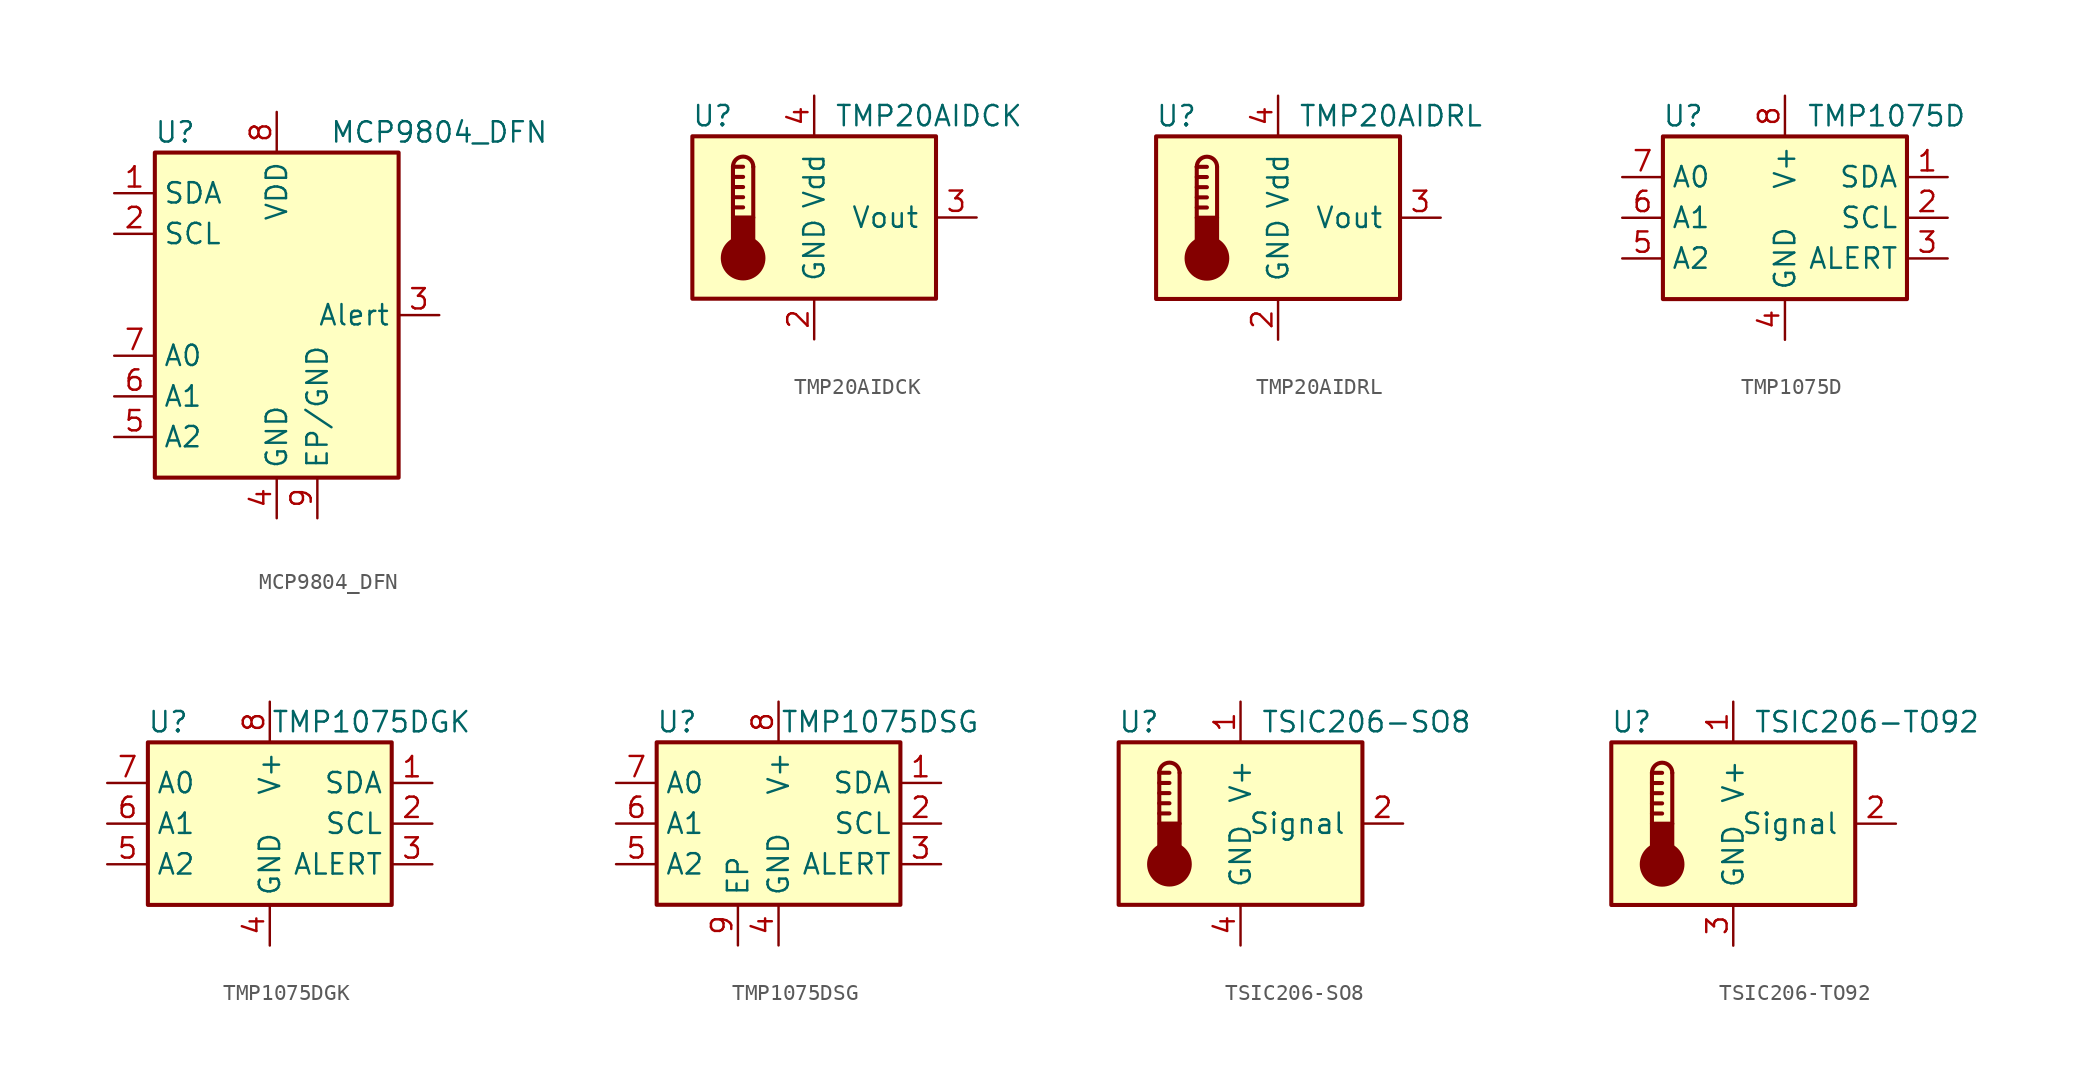
<source format=kicad_sym>
(kicad_symbol_lib
  (version 20201005)
  (generator kicad_symbol_editor)
  (symbol "MCP9804_DFN"
    (property "Reference" "U"
      (at -6.35 11.43 0)
      (effects (font (size 1.27 1.27))))
    (property "Value" "MCP9804_DFN"
      (at 10.16 11.43 0)
      (effects (font (size 1.27 1.27))))
    (symbol "MCP9804_DFN_0_1"
      (rectangle (start -7.62 10.16) (end 7.62 -10.16) (stroke (width 0.254)) (fill (type background))))
    (symbol "MCP9804_DFN_1_1"
      (pin bidirectional line (at -10.16 7.62 0) (length 2.54) (name "SDA" (effects (font (size 1.27 1.27)))) (number "1" (effects (font (size 1.27 1.27)))))
      (pin input line (at -10.16 5.08 0) (length 2.54) (name "SCL" (effects (font (size 1.27 1.27)))) (number "2" (effects (font (size 1.27 1.27)))))
      (pin output line (at 10.16 0 180) (length 2.54) (name "Alert" (effects (font (size 1.27 1.27)))) (number "3" (effects (font (size 1.27 1.27)))))
      (pin power_in line (at 0 -12.7 90) (length 2.54) (name "GND" (effects (font (size 1.27 1.27)))) (number "4" (effects (font (size 1.27 1.27)))))
      (pin input line (at -10.16 -7.62 0) (length 2.54) (name "A2" (effects (font (size 1.27 1.27)))) (number "5" (effects (font (size 1.27 1.27)))))
      (pin input line (at -10.16 -5.08 0) (length 2.54) (name "A1" (effects (font (size 1.27 1.27)))) (number "6" (effects (font (size 1.27 1.27)))))
      (pin input line (at -10.16 -2.54 0) (length 2.54) (name "A0" (effects (font (size 1.27 1.27)))) (number "7" (effects (font (size 1.27 1.27)))))
      (pin power_in line (at 0 12.7 270) (length 2.54) (name "VDD" (effects (font (size 1.27 1.27)))) (number "8" (effects (font (size 1.27 1.27)))))
      (pin power_in line (at 2.54 -12.7 90) (length 2.54) (name "EP/GND" (effects (font (size 1.27 1.27)))) (number "9" (effects (font (size 1.27 1.27)))))))
  (symbol "TMP20AIDCK"
    (pin_names
      (offset 1.016))
    (property "Reference" "U"
      (at -6.35 6.35 0)
      (effects (font (size 1.27 1.27))))
    (property "Value" "TMP20AIDCK"
      (at 1.27 6.35 0)
      (effects (font (size 1.27 1.27)) (justify left)))
    (symbol "TMP20AIDCK_0_1"
      (arc (start -3.81 3.175) (end -5.08 3.175) (radius (at -4.445 3.175) (length 0.635) (angles 0.1 179.9)) (stroke (width 0.254)) (fill (type none)))
      (circle (center -4.445 -2.54) (radius 1.27) (stroke (width 0.254)) (fill (type outline)))
      (rectangle (start -3.81 -1.905) (end -5.08 0) (stroke (width 0.254)) (fill (type outline)))
      (rectangle (start -7.62 5.08) (end 7.62 -5.08) (stroke (width 0.254)) (fill (type background)))
      (polyline (pts (xy -5.08 0.635) (xy -4.445 0.635)) (stroke (width 0.254)) (fill (type none)))
      (polyline (pts (xy -5.08 1.27) (xy -4.445 1.27)) (stroke (width 0.254)) (fill (type none)))
      (polyline (pts (xy -5.08 1.905) (xy -4.445 1.905)) (stroke (width 0.254)) (fill (type none)))
      (polyline (pts (xy -5.08 2.54) (xy -4.445 2.54)) (stroke (width 0.254)) (fill (type none)))
      (polyline (pts (xy -5.08 3.175) (xy -5.08 0)) (stroke (width 0.254)) (fill (type none)))
      (polyline (pts (xy -5.08 3.175) (xy -4.445 3.175)) (stroke (width 0.254)) (fill (type none)))
      (polyline (pts (xy -3.81 3.175) (xy -3.81 0)) (stroke (width 0.254)) (fill (type none))))
    (symbol "TMP20AIDCK_1_1"
      (pin no_connect line (at 10.16 -2.54 180) (length 2.54) hide (name "NC" (effects (font (size 1.27 1.27)))) (number "1" (effects (font (size 1.27 1.27)))))
      (pin power_in line (at 0 -7.62 90) (length 2.54) (name "GND" (effects (font (size 1.27 1.27)))) (number "2" (effects (font (size 1.27 1.27)))))
      (pin output line (at 10.16 0 180) (length 2.54) (name "Vout" (effects (font (size 1.27 1.27)))) (number "3" (effects (font (size 1.27 1.27)))))
      (pin power_in line (at 0 7.62 270) (length 2.54) (name "Vdd" (effects (font (size 1.27 1.27)))) (number "4" (effects (font (size 1.27 1.27)))))
      (pin passive line (at 0 -7.62 90) (length 2.54) hide (name "GND" (effects (font (size 1.27 1.27)))) (number "5" (effects (font (size 1.27 1.27)))))))
  (symbol "TMP20AIDRL"
    (pin_names
      (offset 1.016))
    (property "Reference" "U"
      (at -6.35 6.35 0)
      (effects (font (size 1.27 1.27))))
    (property "Value" "TMP20AIDRL"
      (at 1.27 6.35 0)
      (effects (font (size 1.27 1.27)) (justify left)))
    (symbol "TMP20AIDRL_0_1"
      (arc (start -3.81 3.175) (end -5.08 3.175) (radius (at -4.445 3.175) (length 0.635) (angles 0.1 179.9)) (stroke (width 0.254)) (fill (type none)))
      (circle (center -4.445 -2.54) (radius 1.27) (stroke (width 0.254)) (fill (type outline)))
      (rectangle (start -3.81 -1.905) (end -5.08 0) (stroke (width 0.254)) (fill (type outline)))
      (rectangle (start -7.62 5.08) (end 7.62 -5.08) (stroke (width 0.254)) (fill (type background)))
      (polyline (pts (xy -5.08 0.635) (xy -4.445 0.635)) (stroke (width 0.254)) (fill (type none)))
      (polyline (pts (xy -5.08 1.27) (xy -4.445 1.27)) (stroke (width 0.254)) (fill (type none)))
      (polyline (pts (xy -5.08 1.905) (xy -4.445 1.905)) (stroke (width 0.254)) (fill (type none)))
      (polyline (pts (xy -5.08 2.54) (xy -4.445 2.54)) (stroke (width 0.254)) (fill (type none)))
      (polyline (pts (xy -5.08 3.175) (xy -5.08 0)) (stroke (width 0.254)) (fill (type none)))
      (polyline (pts (xy -5.08 3.175) (xy -4.445 3.175)) (stroke (width 0.254)) (fill (type none)))
      (polyline (pts (xy -3.81 3.175) (xy -3.81 0)) (stroke (width 0.254)) (fill (type none))))
    (symbol "TMP20AIDRL_1_1"
      (pin no_connect line (at 10.16 -2.54 180) (length 2.54) hide (name "NC" (effects (font (size 1.27 1.27)))) (number "1" (effects (font (size 1.27 1.27)))))
      (pin power_in line (at 0 -7.62 90) (length 2.54) (name "GND" (effects (font (size 1.27 1.27)))) (number "2" (effects (font (size 1.27 1.27)))))
      (pin output line (at 10.16 0 180) (length 2.54) (name "Vout" (effects (font (size 1.27 1.27)))) (number "3" (effects (font (size 1.27 1.27)))))
      (pin power_in line (at 0 7.62 270) (length 2.54) (name "Vdd" (effects (font (size 1.27 1.27)))) (number "4" (effects (font (size 1.27 1.27)))))
      (pin no_connect line (at 10.16 2.54 180) (length 2.54) hide (name "NC" (effects (font (size 1.27 1.27)))) (number "5" (effects (font (size 1.27 1.27)))))
      (pin passive line (at 0 -7.62 90) (length 2.54) hide (name "GND" (effects (font (size 1.27 1.27)))) (number "6" (effects (font (size 1.27 1.27)))))))
  (symbol "TMP1075D"
    (property "Reference" "U"
      (at -6.35 6.35 0)
      (effects (font (size 1.27 1.27))))
    (property "Value" "TMP1075D"
      (at 6.35 6.35 0)
      (effects (font (size 1.27 1.27))))
    (symbol "TMP1075D_0_1"
      (rectangle (start -7.62 5.08) (end 7.62 -5.08) (stroke (width 0.254)) (fill (type background))))
    (symbol "TMP1075D_1_1"
      (pin bidirectional line (at 10.16 2.54 180) (length 2.54) (name "SDA" (effects (font (size 1.27 1.27)))) (number "1" (effects (font (size 1.27 1.27)))))
      (pin input line (at 10.16 0 180) (length 2.54) (name "SCL" (effects (font (size 1.27 1.27)))) (number "2" (effects (font (size 1.27 1.27)))))
      (pin open_collector line (at 10.16 -2.54 180) (length 2.54) (name "ALERT" (effects (font (size 1.27 1.27)))) (number "3" (effects (font (size 1.27 1.27)))))
      (pin power_in line (at 0 -7.62 90) (length 2.54) (name "GND" (effects (font (size 1.27 1.27)))) (number "4" (effects (font (size 1.27 1.27)))))
      (pin input line (at -10.16 -2.54 0) (length 2.54) (name "A2" (effects (font (size 1.27 1.27)))) (number "5" (effects (font (size 1.27 1.27)))))
      (pin input line (at -10.16 0 0) (length 2.54) (name "A1" (effects (font (size 1.27 1.27)))) (number "6" (effects (font (size 1.27 1.27)))))
      (pin input line (at -10.16 2.54 0) (length 2.54) (name "A0" (effects (font (size 1.27 1.27)))) (number "7" (effects (font (size 1.27 1.27)))))
      (pin power_in line (at 0 7.62 270) (length 2.54) (name "V+" (effects (font (size 1.27 1.27)))) (number "8" (effects (font (size 1.27 1.27)))))))
  (symbol "TMP1075DGK"
    (property "Reference" "U"
      (at -6.35 6.35 0)
      (effects (font (size 1.27 1.27))))
    (property "Value" "TMP1075DGK"
      (at 6.35 6.35 0)
      (effects (font (size 1.27 1.27))))
    (symbol "TMP1075DGK_0_1"
      (rectangle (start -7.62 5.08) (end 7.62 -5.08) (stroke (width 0.254)) (fill (type background))))
    (symbol "TMP1075DGK_1_1"
      (pin bidirectional line (at 10.16 2.54 180) (length 2.54) (name "SDA" (effects (font (size 1.27 1.27)))) (number "1" (effects (font (size 1.27 1.27)))))
      (pin input line (at 10.16 0 180) (length 2.54) (name "SCL" (effects (font (size 1.27 1.27)))) (number "2" (effects (font (size 1.27 1.27)))))
      (pin open_collector line (at 10.16 -2.54 180) (length 2.54) (name "ALERT" (effects (font (size 1.27 1.27)))) (number "3" (effects (font (size 1.27 1.27)))))
      (pin power_in line (at 0 -7.62 90) (length 2.54) (name "GND" (effects (font (size 1.27 1.27)))) (number "4" (effects (font (size 1.27 1.27)))))
      (pin input line (at -10.16 -2.54 0) (length 2.54) (name "A2" (effects (font (size 1.27 1.27)))) (number "5" (effects (font (size 1.27 1.27)))))
      (pin input line (at -10.16 0 0) (length 2.54) (name "A1" (effects (font (size 1.27 1.27)))) (number "6" (effects (font (size 1.27 1.27)))))
      (pin input line (at -10.16 2.54 0) (length 2.54) (name "A0" (effects (font (size 1.27 1.27)))) (number "7" (effects (font (size 1.27 1.27)))))
      (pin power_in line (at 0 7.62 270) (length 2.54) (name "V+" (effects (font (size 1.27 1.27)))) (number "8" (effects (font (size 1.27 1.27)))))))
  (symbol "TMP1075DSG"
    (property "Reference" "U"
      (at -6.35 6.35 0)
      (effects (font (size 1.27 1.27))))
    (property "Value" "TMP1075DSG"
      (at 6.35 6.35 0)
      (effects (font (size 1.27 1.27))))
    (symbol "TMP1075DSG_0_1"
      (rectangle (start -7.62 5.08) (end 7.62 -5.08) (stroke (width 0.254)) (fill (type background))))
    (symbol "TMP1075DSG_1_1"
      (pin bidirectional line (at 10.16 2.54 180) (length 2.54) (name "SDA" (effects (font (size 1.27 1.27)))) (number "1" (effects (font (size 1.27 1.27)))))
      (pin input line (at 10.16 0 180) (length 2.54) (name "SCL" (effects (font (size 1.27 1.27)))) (number "2" (effects (font (size 1.27 1.27)))))
      (pin open_collector line (at 10.16 -2.54 180) (length 2.54) (name "ALERT" (effects (font (size 1.27 1.27)))) (number "3" (effects (font (size 1.27 1.27)))))
      (pin power_in line (at 0 -7.62 90) (length 2.54) (name "GND" (effects (font (size 1.27 1.27)))) (number "4" (effects (font (size 1.27 1.27)))))
      (pin input line (at -10.16 -2.54 0) (length 2.54) (name "A2" (effects (font (size 1.27 1.27)))) (number "5" (effects (font (size 1.27 1.27)))))
      (pin input line (at -10.16 0 0) (length 2.54) (name "A1" (effects (font (size 1.27 1.27)))) (number "6" (effects (font (size 1.27 1.27)))))
      (pin input line (at -10.16 2.54 0) (length 2.54) (name "A0" (effects (font (size 1.27 1.27)))) (number "7" (effects (font (size 1.27 1.27)))))
      (pin power_in line (at 0 7.62 270) (length 2.54) (name "V+" (effects (font (size 1.27 1.27)))) (number "8" (effects (font (size 1.27 1.27)))))
      (pin passive line (at -2.54 -7.62 90) (length 2.54) (name "EP" (effects (font (size 1.27 1.27)))) (number "9" (effects (font (size 1.27 1.27)))))))
  (symbol "TSIC206-SO8"
    (pin_names
      (offset 1.016))
    (property "Reference" "U"
      (at -6.35 6.35 0)
      (effects (font (size 1.27 1.27))))
    (property "Value" "TSIC206-SO8"
      (at 1.27 6.35 0)
      (effects (font (size 1.27 1.27)) (justify left)))
    (symbol "TSIC206-SO8_0_1"
      (arc (start -3.81 3.175) (end -5.08 3.175) (radius (at -4.445 3.175) (length 0.635) (angles 0.1 179.9)) (stroke (width 0.254)) (fill (type none)))
      (circle (center -4.445 -2.54) (radius 1.27) (stroke (width 0.254)) (fill (type outline)))
      (rectangle (start -3.81 -1.905) (end -5.08 0) (stroke (width 0.254)) (fill (type outline)))
      (rectangle (start -7.62 5.08) (end 7.62 -5.08) (stroke (width 0.254)) (fill (type background)))
      (polyline (pts (xy -5.08 0.635) (xy -4.445 0.635)) (stroke (width 0.254)) (fill (type none)))
      (polyline (pts (xy -5.08 1.27) (xy -4.445 1.27)) (stroke (width 0.254)) (fill (type none)))
      (polyline (pts (xy -5.08 1.905) (xy -4.445 1.905)) (stroke (width 0.254)) (fill (type none)))
      (polyline (pts (xy -5.08 2.54) (xy -4.445 2.54)) (stroke (width 0.254)) (fill (type none)))
      (polyline (pts (xy -5.08 3.175) (xy -5.08 0)) (stroke (width 0.254)) (fill (type none)))
      (polyline (pts (xy -5.08 3.175) (xy -4.445 3.175)) (stroke (width 0.254)) (fill (type none)))
      (polyline (pts (xy -3.81 3.175) (xy -3.81 0)) (stroke (width 0.254)) (fill (type none))))
    (symbol "TSIC206-SO8_1_1"
      (pin power_in line (at 0 7.62 270) (length 2.54) (name "V+" (effects (font (size 1.27 1.27)))) (number "1" (effects (font (size 1.27 1.27)))))
      (pin output line (at 10.16 0 180) (length 2.54) (name "Signal" (effects (font (size 1.27 1.27)))) (number "2" (effects (font (size 1.27 1.27)))))
      (pin no_connect line (at 10.16 -2.54 180) (length 2.54) hide (name "NC" (effects (font (size 1.27 1.27)))) (number "3" (effects (font (size 1.27 1.27)))))
      (pin power_in line (at 0 -7.62 90) (length 2.54) (name "GND" (effects (font (size 1.27 1.27)))) (number "4" (effects (font (size 1.27 1.27)))))
      (pin no_connect line (at -5.08 -7.62 90) (length 2.54) hide (name "NC" (effects (font (size 1.27 1.27)))) (number "5" (effects (font (size 1.27 1.27)))))
      (pin no_connect line (at -2.54 -7.62 90) (length 2.54) hide (name "NC" (effects (font (size 1.27 1.27)))) (number "6" (effects (font (size 1.27 1.27)))))
      (pin no_connect line (at 2.54 -7.62 90) (length 2.54) hide (name "NC" (effects (font (size 1.27 1.27)))) (number "7" (effects (font (size 1.27 1.27)))))
      (pin no_connect line (at 5.08 -7.62 90) (length 2.54) hide (name "NC" (effects (font (size 1.27 1.27)))) (number "8" (effects (font (size 1.27 1.27)))))))
  (symbol "TSIC206-TO92"
    (pin_names
      (offset 1.016))
    (property "Reference" "U"
      (at -6.35 6.35 0)
      (effects (font (size 1.27 1.27))))
    (property "Value" "TSIC206-TO92"
      (at 1.27 6.35 0)
      (effects (font (size 1.27 1.27)) (justify left)))
    (symbol "TSIC206-TO92_0_1"
      (arc (start -3.81 3.175) (end -5.08 3.175) (radius (at -4.445 3.175) (length 0.635) (angles 0.1 179.9)) (stroke (width 0.254)) (fill (type none)))
      (circle (center -4.445 -2.54) (radius 1.27) (stroke (width 0.254)) (fill (type outline)))
      (rectangle (start -3.81 -1.905) (end -5.08 0) (stroke (width 0.254)) (fill (type outline)))
      (rectangle (start -7.62 5.08) (end 7.62 -5.08) (stroke (width 0.254)) (fill (type background)))
      (polyline (pts (xy -5.08 0.635) (xy -4.445 0.635)) (stroke (width 0.254)) (fill (type none)))
      (polyline (pts (xy -5.08 1.27) (xy -4.445 1.27)) (stroke (width 0.254)) (fill (type none)))
      (polyline (pts (xy -5.08 1.905) (xy -4.445 1.905)) (stroke (width 0.254)) (fill (type none)))
      (polyline (pts (xy -5.08 2.54) (xy -4.445 2.54)) (stroke (width 0.254)) (fill (type none)))
      (polyline (pts (xy -5.08 3.175) (xy -5.08 0)) (stroke (width 0.254)) (fill (type none)))
      (polyline (pts (xy -5.08 3.175) (xy -4.445 3.175)) (stroke (width 0.254)) (fill (type none)))
      (polyline (pts (xy -3.81 3.175) (xy -3.81 0)) (stroke (width 0.254)) (fill (type none))))
    (symbol "TSIC206-TO92_1_1"
      (pin power_in line (at 0 7.62 270) (length 2.54) (name "V+" (effects (font (size 1.27 1.27)))) (number "1" (effects (font (size 1.27 1.27)))))
      (pin output line (at 10.16 0 180) (length 2.54) (name "Signal" (effects (font (size 1.27 1.27)))) (number "2" (effects (font (size 1.27 1.27)))))
      (pin power_in line (at 0 -7.62 90) (length 2.54) (name "GND" (effects (font (size 1.27 1.27)))) (number "3" (effects (font (size 1.27 1.27))))))))
</source>
